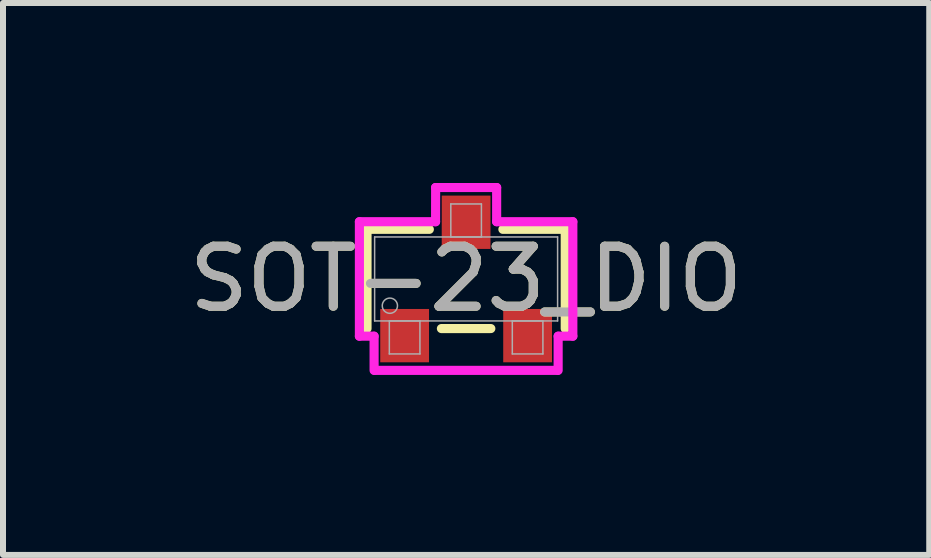
<source format=kicad_pcb>
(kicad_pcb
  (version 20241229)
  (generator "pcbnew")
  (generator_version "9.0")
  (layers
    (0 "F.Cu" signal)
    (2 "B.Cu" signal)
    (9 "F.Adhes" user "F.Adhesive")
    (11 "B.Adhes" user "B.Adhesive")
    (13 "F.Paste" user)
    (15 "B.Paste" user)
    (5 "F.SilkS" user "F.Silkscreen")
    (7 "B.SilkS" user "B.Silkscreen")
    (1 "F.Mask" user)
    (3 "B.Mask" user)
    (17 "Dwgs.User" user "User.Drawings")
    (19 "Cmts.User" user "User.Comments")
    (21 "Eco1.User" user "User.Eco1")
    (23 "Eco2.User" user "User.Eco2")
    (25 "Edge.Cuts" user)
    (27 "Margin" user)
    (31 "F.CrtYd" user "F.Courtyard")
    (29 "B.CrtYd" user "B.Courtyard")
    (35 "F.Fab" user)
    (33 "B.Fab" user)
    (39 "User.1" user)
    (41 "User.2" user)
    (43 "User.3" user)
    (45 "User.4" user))
  (footprint "SOT-23_DIO"
    (layer "F.Cu")
    (at 4.72 1.6)
    (property "Reference" "SOT-23_DIO" (at 0 0 0) (unlocked yes) (layer "F.SilkS") (effects (font (size 1 1) (thickness 0.15))))
    (attr smd)
    (fp_line (start -1.652 -0.827) (end -1.652 0.827) (stroke (width 0.152) (type solid)) (layer "F.SilkS"))
    (fp_line (start -0.613 -0.827) (end -1.652 -0.827) (stroke (width 0.152) (type solid)) (layer "F.SilkS"))
    (fp_line (start -0.412 0.827) (end 0.412 0.827) (stroke (width 0.152) (type solid)) (layer "F.SilkS"))
    (fp_line (start 1.652 -0.827) (end 0.613 -0.827) (stroke (width 0.152) (type solid)) (layer "F.SilkS"))
    (fp_line (start 1.652 0.827) (end 1.652 -0.827) (stroke (width 0.152) (type solid)) (layer "F.SilkS"))
    (fp_line (start -1.779 -0.954) (end -0.509 -0.954) (stroke (width 0.152) (type solid)) (layer "F.CrtYd"))
    (fp_line (start -1.779 0.954) (end -1.779 -0.954) (stroke (width 0.152) (type solid)) (layer "F.CrtYd"))
    (fp_line (start -1.779 0.954) (end -1.534 0.954) (stroke (width 0.152) (type solid)) (layer "F.CrtYd"))
    (fp_line (start -1.534 0.954) (end -1.534 1.524) (stroke (width 0.152) (type solid)) (layer "F.CrtYd"))
    (fp_line (start -1.524 1.524) (end 1.524 1.524) (stroke (width 0.152) (type solid)) (layer "F.CrtYd"))
    (fp_line (start -0.509 -1.524) (end 0.509 -1.524) (stroke (width 0.152) (type solid)) (layer "F.CrtYd"))
    (fp_line (start -0.509 -0.954) (end -0.508 -1.524) (stroke (width 0.152) (type solid)) (layer "F.CrtYd"))
    (fp_line (start 0.509 -0.954) (end 0.509 -1.524) (stroke (width 0.152) (type solid)) (layer "F.CrtYd"))
    (fp_line (start 1.534 0.954) (end 1.534 1.524) (stroke (width 0.152) (type solid)) (layer "F.CrtYd"))
    (fp_line (start 1.779 -0.954) (end 0.509 -0.954) (stroke (width 0.152) (type solid)) (layer "F.CrtYd"))
    (fp_line (start 1.779 -0.954) (end 1.779 0.954) (stroke (width 0.152) (type solid)) (layer "F.CrtYd"))
    (fp_line (start 1.779 0.954) (end 1.534 0.954) (stroke (width 0.152) (type solid)) (layer "F.CrtYd"))
    (fp_line (start -1.525 -0.7) (end -1.525 0.7) (stroke (width 0.025) (type solid)) (layer "F.Fab"))
    (fp_line (start -1.525 0.7) (end 1.525 0.7) (stroke (width 0.025) (type solid)) (layer "F.Fab"))
    (fp_line (start -1.28 0.7) (end -1.28 1.25) (stroke (width 0.025) (type solid)) (layer "F.Fab"))
    (fp_line (start -1.28 1.25) (end -0.77 1.25) (stroke (width 0.025) (type solid)) (layer "F.Fab"))
    (fp_line (start -0.77 0.7) (end -1.28 0.7) (stroke (width 0.025) (type solid)) (layer "F.Fab"))
    (fp_line (start -0.77 1.25) (end -0.77 0.7) (stroke (width 0.025) (type solid)) (layer "F.Fab"))
    (fp_line (start -0.255 -1.25) (end -0.255 -0.7) (stroke (width 0.025) (type solid)) (layer "F.Fab"))
    (fp_line (start -0.255 -0.7) (end 0.255 -0.7) (stroke (width 0.025) (type solid)) (layer "F.Fab"))
    (fp_line (start 0.255 -1.25) (end -0.255 -1.25) (stroke (width 0.025) (type solid)) (layer "F.Fab"))
    (fp_line (start 0.255 -0.7) (end 0.255 -1.25) (stroke (width 0.025) (type solid)) (layer "F.Fab"))
    (fp_line (start 0.77 0.7) (end 0.77 1.25) (stroke (width 0.025) (type solid)) (layer "F.Fab"))
    (fp_line (start 0.77 1.25) (end 1.28 1.25) (stroke (width 0.025) (type solid)) (layer "F.Fab"))
    (fp_line (start 1.28 0.7) (end 0.77 0.7) (stroke (width 0.025) (type solid)) (layer "F.Fab"))
    (fp_line (start 1.28 1.25) (end 1.28 0.7) (stroke (width 0.025) (type solid)) (layer "F.Fab"))
    (fp_line (start 1.525 -0.7) (end -1.525 -0.7) (stroke (width 0.025) (type solid)) (layer "F.Fab"))
    (fp_line (start 1.525 0.7) (end 1.525 -0.7) (stroke (width 0.025) (type solid)) (layer "F.Fab"))
    (fp_circle (center -1.271 0.446) (end -1.144 0.446) (stroke (width 0.025) (type solid)) (fill no) (layer "F.Fab"))
    (fp_text user "${REFERENCE}" (at 0 0 0) (unlocked yes) (layer "F.Fab") (effects (font (size 1 1) (thickness 0.15))))
    (pad "1" smd rect (at -1.025 0.945) (size 0.813 0.889) (layers "F.Cu" "F.Mask" "F.Paste"))
    (pad "2" smd rect (at 1.025 0.945) (size 0.813 0.889) (layers "F.Cu" "F.Mask" "F.Paste"))
    (pad "3" smd rect (at 0 -0.945) (size 0.813 0.889) (layers "F.Cu" "F.Mask" "F.Paste")))
  (gr_rect
    (start -3 -3)
    (end 12.44 6.2)
    (stroke (width 0.1) (type default))
    (fill no)
    (layer "Edge.Cuts")))
</source>
